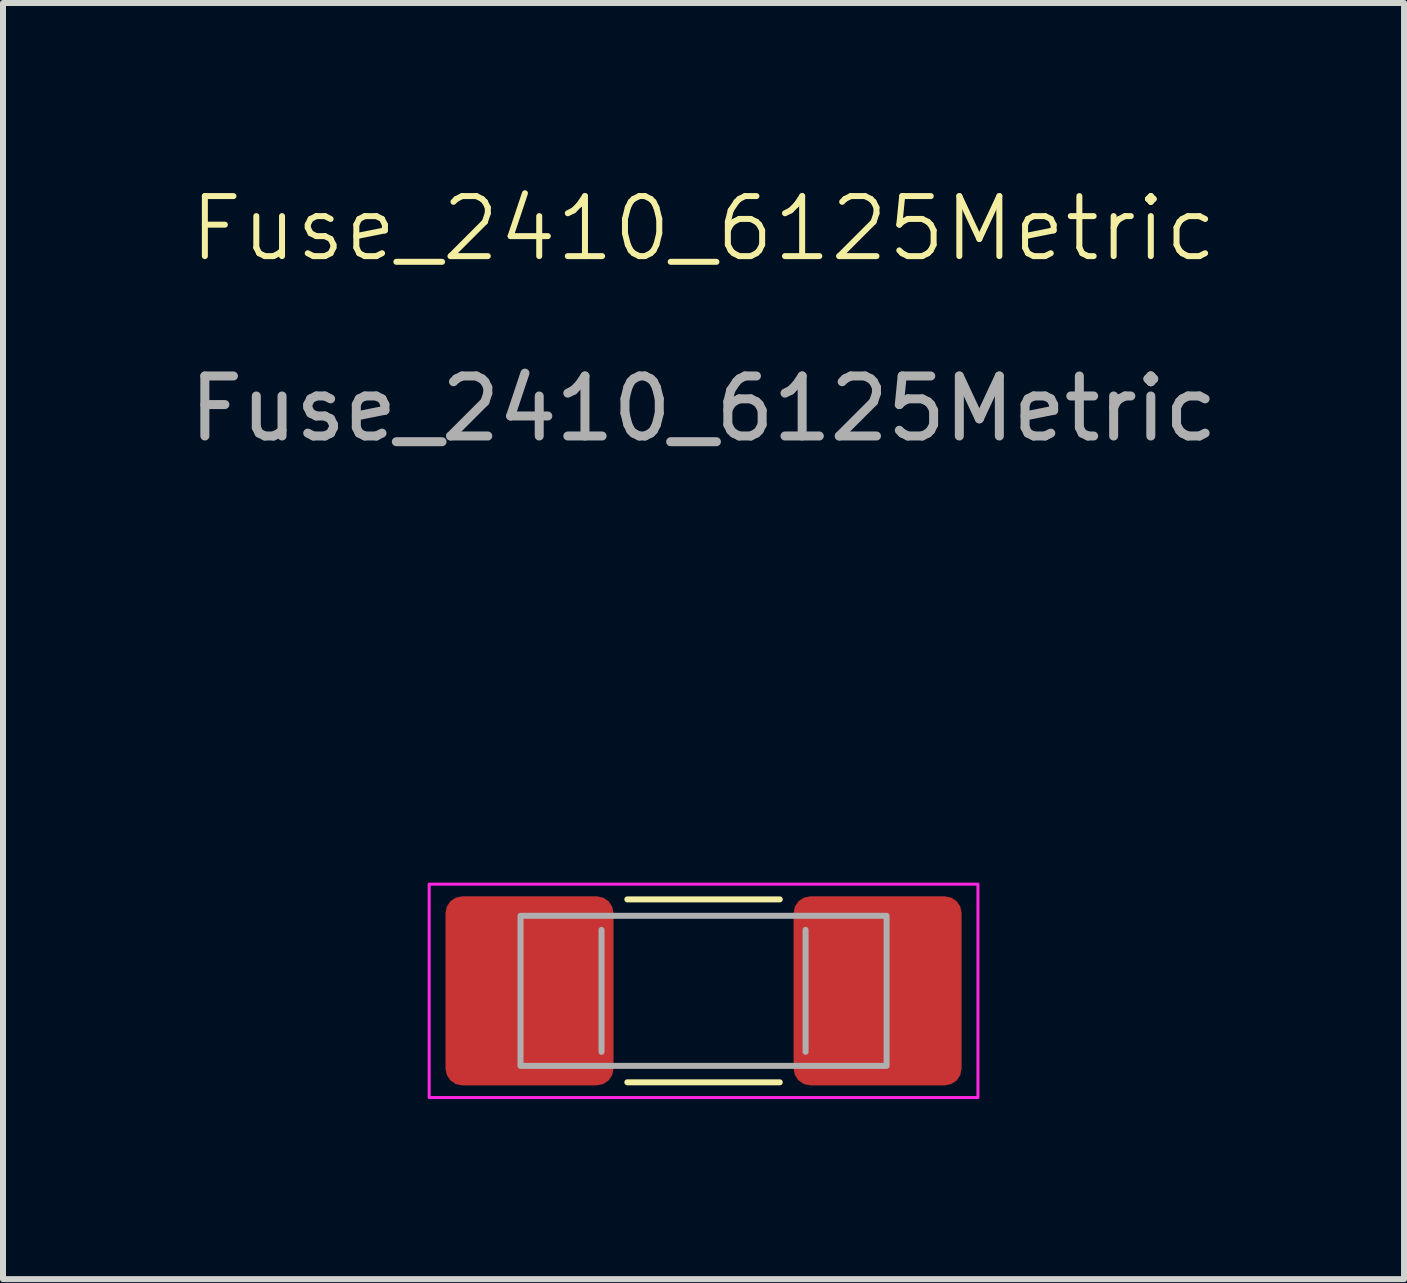
<source format=kicad_pcb>
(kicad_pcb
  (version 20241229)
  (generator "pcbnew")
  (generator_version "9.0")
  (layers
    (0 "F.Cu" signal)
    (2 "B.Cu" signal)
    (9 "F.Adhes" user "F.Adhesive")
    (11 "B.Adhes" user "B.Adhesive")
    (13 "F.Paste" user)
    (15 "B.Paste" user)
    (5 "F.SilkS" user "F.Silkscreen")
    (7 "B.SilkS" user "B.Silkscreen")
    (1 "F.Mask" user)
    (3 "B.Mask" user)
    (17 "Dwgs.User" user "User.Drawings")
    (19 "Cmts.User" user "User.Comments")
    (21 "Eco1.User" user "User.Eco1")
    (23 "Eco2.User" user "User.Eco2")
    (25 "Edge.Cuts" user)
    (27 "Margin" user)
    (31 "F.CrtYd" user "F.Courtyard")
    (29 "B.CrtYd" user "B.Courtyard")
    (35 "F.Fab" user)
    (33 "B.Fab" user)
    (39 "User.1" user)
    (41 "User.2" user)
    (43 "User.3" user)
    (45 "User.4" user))
  (footprint "Fuse_2410_6125Metric"
    (layer "F.Cu")
    (at 8.673 13.46)
    (property "Reference" "Fuse_2410_6125Metric" (at 0 -12.7 0) (unlocked yes) (layer "F.SilkS") (effects (font (size 1 1) (thickness 0.1))))
    (attr through_hole)
    (fp_line (start -1.27 -1.524) (end 1.27 -1.524) (stroke (width 0.1) (type default)) (layer "F.SilkS"))
    (fp_line (start -1.27 1.524) (end 1.27 1.524) (stroke (width 0.1) (type default)) (layer "F.SilkS"))
    (fp_rect (start -4.572 -1.778) (end 4.572 1.778) (stroke (width 0.05) (type default)) (fill no) (layer "F.CrtYd"))
    (fp_line (start -1.7 -1.016) (end -1.7 1.016) (stroke (width 0.1) (type default)) (layer "F.Fab"))
    (fp_line (start 1.7 -1.016) (end 1.7 1.016) (stroke (width 0.1) (type default)) (layer "F.Fab"))
    (fp_rect (start -3.05 -1.25) (end 3.05 1.25) (stroke (width 0.1) (type default)) (fill no) (layer "F.Fab"))
    (fp_text user "${REFERENCE}" (at 0 -9.7 0) (unlocked yes) (layer "F.Fab") (effects (font (size 1 1) (thickness 0.15))))
    (pad "1" smd roundrect (at -2.9 0) (size 2.8 3.15) (layers "F.Cu" "F.Mask" "F.Paste") (roundrect_rratio 0.1))
    (pad "2" smd roundrect (at 2.9 0) (size 2.8 3.15) (layers "F.Cu" "F.Mask" "F.Paste") (roundrect_rratio 0.1)))
  (gr_rect
    (start -3 -3)
    (end 20.345 18.264)
    (stroke (width 0.1) (type default))
    (fill no)
    (layer "Edge.Cuts")))
</source>
